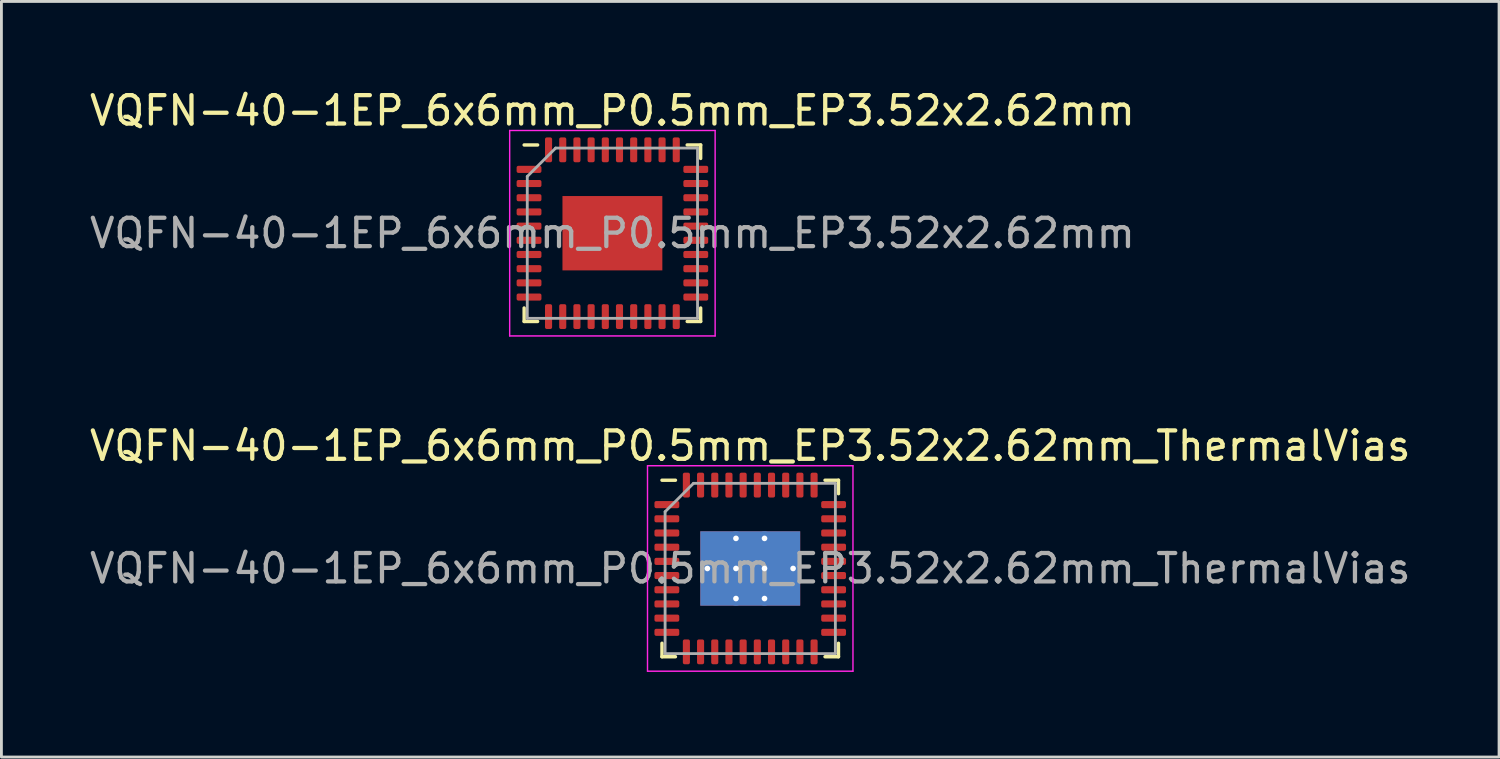
<source format=kicad_pcb>
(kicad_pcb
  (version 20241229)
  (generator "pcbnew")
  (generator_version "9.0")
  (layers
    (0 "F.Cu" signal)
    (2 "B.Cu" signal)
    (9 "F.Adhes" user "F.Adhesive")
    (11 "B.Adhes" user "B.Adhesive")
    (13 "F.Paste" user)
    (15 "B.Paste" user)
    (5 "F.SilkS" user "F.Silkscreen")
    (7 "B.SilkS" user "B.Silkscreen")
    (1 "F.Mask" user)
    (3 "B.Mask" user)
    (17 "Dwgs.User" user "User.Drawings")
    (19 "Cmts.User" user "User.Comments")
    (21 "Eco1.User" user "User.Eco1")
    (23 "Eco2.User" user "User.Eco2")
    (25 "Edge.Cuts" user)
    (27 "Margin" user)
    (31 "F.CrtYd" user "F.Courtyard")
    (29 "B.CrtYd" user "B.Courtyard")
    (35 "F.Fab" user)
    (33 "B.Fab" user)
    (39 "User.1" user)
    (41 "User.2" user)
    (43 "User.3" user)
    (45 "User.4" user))
  (footprint "VQFN-40-1EP_6x6mm_P0.5mm_EP3.52x2.62mm"
    (layer "F.Cu")
    (at 18.53 5.168)
    (property "Reference" "VQFN-40-1EP_6x6mm_P0.5mm_EP3.52x2.62mm" (at 0 -4.32 0) (layer "F.SilkS") (effects (font (size 1 1) (thickness 0.15))))
    (attr smd)
    (fp_line (start -3.11 3.11) (end -3.11 2.635) (stroke (width 0.12) (type solid)) (layer "F.SilkS"))
    (fp_line (start -2.635 -3.11) (end -3.11 -3.11) (stroke (width 0.12) (type solid)) (layer "F.SilkS"))
    (fp_line (start -2.635 3.11) (end -3.11 3.11) (stroke (width 0.12) (type solid)) (layer "F.SilkS"))
    (fp_line (start 2.635 -3.11) (end 3.11 -3.11) (stroke (width 0.12) (type solid)) (layer "F.SilkS"))
    (fp_line (start 2.635 3.11) (end 3.11 3.11) (stroke (width 0.12) (type solid)) (layer "F.SilkS"))
    (fp_line (start 3.11 -3.11) (end 3.11 -2.635) (stroke (width 0.12) (type solid)) (layer "F.SilkS"))
    (fp_line (start 3.11 3.11) (end 3.11 2.635) (stroke (width 0.12) (type solid)) (layer "F.SilkS"))
    (fp_line (start -3.62 -3.62) (end -3.62 3.62) (stroke (width 0.05) (type solid)) (layer "F.CrtYd"))
    (fp_line (start -3.62 3.62) (end 3.62 3.62) (stroke (width 0.05) (type solid)) (layer "F.CrtYd"))
    (fp_line (start 3.62 -3.62) (end -3.62 -3.62) (stroke (width 0.05) (type solid)) (layer "F.CrtYd"))
    (fp_line (start 3.62 3.62) (end 3.62 -3.62) (stroke (width 0.05) (type solid)) (layer "F.CrtYd"))
    (fp_line (start -3 -2) (end -2 -3) (stroke (width 0.1) (type solid)) (layer "F.Fab"))
    (fp_line (start -3 3) (end -3 -2) (stroke (width 0.1) (type solid)) (layer "F.Fab"))
    (fp_line (start -2 -3) (end 3 -3) (stroke (width 0.1) (type solid)) (layer "F.Fab"))
    (fp_line (start 3 -3) (end 3 3) (stroke (width 0.1) (type solid)) (layer "F.Fab"))
    (fp_line (start 3 3) (end -3 3) (stroke (width 0.1) (type solid)) (layer "F.Fab"))
    (fp_text user "${REFERENCE}" (at 0 0 0) (layer "F.Fab") (effects (font (size 1 1) (thickness 0.15))))
    (pad "" smd roundrect (at -1.17 -0.655) (size 0.95 1.06) (layers "F.Paste") (roundrect_rratio 0.25))
    (pad "" smd roundrect (at -1.17 0.655) (size 0.95 1.06) (layers "F.Paste") (roundrect_rratio 0.25))
    (pad "" smd roundrect (at 0 -0.655) (size 0.95 1.06) (layers "F.Paste") (roundrect_rratio 0.25))
    (pad "" smd roundrect (at 0 0.655) (size 0.95 1.06) (layers "F.Paste") (roundrect_rratio 0.25))
    (pad "" smd roundrect (at 1.17 -0.655) (size 0.95 1.06) (layers "F.Paste") (roundrect_rratio 0.25))
    (pad "" smd roundrect (at 1.17 0.655) (size 0.95 1.06) (layers "F.Paste") (roundrect_rratio 0.25))
    (pad "1" smd roundrect (at -2.938 -2.25) (size 0.875 0.25) (layers "F.Cu" "F.Mask" "F.Paste") (roundrect_rratio 0.25))
    (pad "2" smd roundrect (at -2.938 -1.75) (size 0.875 0.25) (layers "F.Cu" "F.Mask" "F.Paste") (roundrect_rratio 0.25))
    (pad "3" smd roundrect (at -2.938 -1.25) (size 0.875 0.25) (layers "F.Cu" "F.Mask" "F.Paste") (roundrect_rratio 0.25))
    (pad "4" smd roundrect (at -2.938 -0.75) (size 0.875 0.25) (layers "F.Cu" "F.Mask" "F.Paste") (roundrect_rratio 0.25))
    (pad "5" smd roundrect (at -2.938 -0.25) (size 0.875 0.25) (layers "F.Cu" "F.Mask" "F.Paste") (roundrect_rratio 0.25))
    (pad "6" smd roundrect (at -2.938 0.25) (size 0.875 0.25) (layers "F.Cu" "F.Mask" "F.Paste") (roundrect_rratio 0.25))
    (pad "7" smd roundrect (at -2.938 0.75) (size 0.875 0.25) (layers "F.Cu" "F.Mask" "F.Paste") (roundrect_rratio 0.25))
    (pad "8" smd roundrect (at -2.938 1.25) (size 0.875 0.25) (layers "F.Cu" "F.Mask" "F.Paste") (roundrect_rratio 0.25))
    (pad "9" smd roundrect (at -2.938 1.75) (size 0.875 0.25) (layers "F.Cu" "F.Mask" "F.Paste") (roundrect_rratio 0.25))
    (pad "10" smd roundrect (at -2.938 2.25) (size 0.875 0.25) (layers "F.Cu" "F.Mask" "F.Paste") (roundrect_rratio 0.25))
    (pad "11" smd roundrect (at -2.25 2.938) (size 0.25 0.875) (layers "F.Cu" "F.Mask" "F.Paste") (roundrect_rratio 0.25))
    (pad "12" smd roundrect (at -1.75 2.938) (size 0.25 0.875) (layers "F.Cu" "F.Mask" "F.Paste") (roundrect_rratio 0.25))
    (pad "13" smd roundrect (at -1.25 2.938) (size 0.25 0.875) (layers "F.Cu" "F.Mask" "F.Paste") (roundrect_rratio 0.25))
    (pad "14" smd roundrect (at -0.75 2.938) (size 0.25 0.875) (layers "F.Cu" "F.Mask" "F.Paste") (roundrect_rratio 0.25))
    (pad "15" smd roundrect (at -0.25 2.938) (size 0.25 0.875) (layers "F.Cu" "F.Mask" "F.Paste") (roundrect_rratio 0.25))
    (pad "16" smd roundrect (at 0.25 2.938) (size 0.25 0.875) (layers "F.Cu" "F.Mask" "F.Paste") (roundrect_rratio 0.25))
    (pad "17" smd roundrect (at 0.75 2.938) (size 0.25 0.875) (layers "F.Cu" "F.Mask" "F.Paste") (roundrect_rratio 0.25))
    (pad "18" smd roundrect (at 1.25 2.938) (size 0.25 0.875) (layers "F.Cu" "F.Mask" "F.Paste") (roundrect_rratio 0.25))
    (pad "19" smd roundrect (at 1.75 2.938) (size 0.25 0.875) (layers "F.Cu" "F.Mask" "F.Paste") (roundrect_rratio 0.25))
    (pad "20" smd roundrect (at 2.25 2.938) (size 0.25 0.875) (layers "F.Cu" "F.Mask" "F.Paste") (roundrect_rratio 0.25))
    (pad "21" smd roundrect (at 2.938 2.25) (size 0.875 0.25) (layers "F.Cu" "F.Mask" "F.Paste") (roundrect_rratio 0.25))
    (pad "22" smd roundrect (at 2.938 1.75) (size 0.875 0.25) (layers "F.Cu" "F.Mask" "F.Paste") (roundrect_rratio 0.25))
    (pad "23" smd roundrect (at 2.938 1.25) (size 0.875 0.25) (layers "F.Cu" "F.Mask" "F.Paste") (roundrect_rratio 0.25))
    (pad "24" smd roundrect (at 2.938 0.75) (size 0.875 0.25) (layers "F.Cu" "F.Mask" "F.Paste") (roundrect_rratio 0.25))
    (pad "25" smd roundrect (at 2.938 0.25) (size 0.875 0.25) (layers "F.Cu" "F.Mask" "F.Paste") (roundrect_rratio 0.25))
    (pad "26" smd roundrect (at 2.938 -0.25) (size 0.875 0.25) (layers "F.Cu" "F.Mask" "F.Paste") (roundrect_rratio 0.25))
    (pad "27" smd roundrect (at 2.938 -0.75) (size 0.875 0.25) (layers "F.Cu" "F.Mask" "F.Paste") (roundrect_rratio 0.25))
    (pad "28" smd roundrect (at 2.938 -1.25) (size 0.875 0.25) (layers "F.Cu" "F.Mask" "F.Paste") (roundrect_rratio 0.25))
    (pad "29" smd roundrect (at 2.938 -1.75) (size 0.875 0.25) (layers "F.Cu" "F.Mask" "F.Paste") (roundrect_rratio 0.25))
    (pad "30" smd roundrect (at 2.938 -2.25) (size 0.875 0.25) (layers "F.Cu" "F.Mask" "F.Paste") (roundrect_rratio 0.25))
    (pad "31" smd roundrect (at 2.25 -2.938) (size 0.25 0.875) (layers "F.Cu" "F.Mask" "F.Paste") (roundrect_rratio 0.25))
    (pad "32" smd roundrect (at 1.75 -2.938) (size 0.25 0.875) (layers "F.Cu" "F.Mask" "F.Paste") (roundrect_rratio 0.25))
    (pad "33" smd roundrect (at 1.25 -2.938) (size 0.25 0.875) (layers "F.Cu" "F.Mask" "F.Paste") (roundrect_rratio 0.25))
    (pad "34" smd roundrect (at 0.75 -2.938) (size 0.25 0.875) (layers "F.Cu" "F.Mask" "F.Paste") (roundrect_rratio 0.25))
    (pad "35" smd roundrect (at 0.25 -2.938) (size 0.25 0.875) (layers "F.Cu" "F.Mask" "F.Paste") (roundrect_rratio 0.25))
    (pad "36" smd roundrect (at -0.25 -2.938) (size 0.25 0.875) (layers "F.Cu" "F.Mask" "F.Paste") (roundrect_rratio 0.25))
    (pad "37" smd roundrect (at -0.75 -2.938) (size 0.25 0.875) (layers "F.Cu" "F.Mask" "F.Paste") (roundrect_rratio 0.25))
    (pad "38" smd roundrect (at -1.25 -2.938) (size 0.25 0.875) (layers "F.Cu" "F.Mask" "F.Paste") (roundrect_rratio 0.25))
    (pad "39" smd roundrect (at -1.75 -2.938) (size 0.25 0.875) (layers "F.Cu" "F.Mask" "F.Paste") (roundrect_rratio 0.25))
    (pad "40" smd roundrect (at -2.25 -2.938) (size 0.25 0.875) (layers "F.Cu" "F.Mask" "F.Paste") (roundrect_rratio 0.25))
    (pad "41" smd rect (at 0 0) (size 3.52 2.62) (layers "F.Cu" "F.Mask")))
  (footprint "VQFN-40-1EP_6x6mm_P0.5mm_EP3.52x2.62mm_ThermalVias"
    (layer "F.Cu")
    (at 23.387 16.982)
    (property "Reference" "VQFN-40-1EP_6x6mm_P0.5mm_EP3.52x2.62mm_ThermalVias" (at 0 -4.32 0) (layer "F.SilkS") (effects (font (size 1 1) (thickness 0.15))))
    (attr smd)
    (fp_line (start -3.11 3.11) (end -3.11 2.635) (stroke (width 0.12) (type solid)) (layer "F.SilkS"))
    (fp_line (start -2.635 -3.11) (end -3.11 -3.11) (stroke (width 0.12) (type solid)) (layer "F.SilkS"))
    (fp_line (start -2.635 3.11) (end -3.11 3.11) (stroke (width 0.12) (type solid)) (layer "F.SilkS"))
    (fp_line (start 2.635 -3.11) (end 3.11 -3.11) (stroke (width 0.12) (type solid)) (layer "F.SilkS"))
    (fp_line (start 2.635 3.11) (end 3.11 3.11) (stroke (width 0.12) (type solid)) (layer "F.SilkS"))
    (fp_line (start 3.11 -3.11) (end 3.11 -2.635) (stroke (width 0.12) (type solid)) (layer "F.SilkS"))
    (fp_line (start 3.11 3.11) (end 3.11 2.635) (stroke (width 0.12) (type solid)) (layer "F.SilkS"))
    (fp_line (start -3.62 -3.62) (end -3.62 3.62) (stroke (width 0.05) (type solid)) (layer "F.CrtYd"))
    (fp_line (start -3.62 3.62) (end 3.62 3.62) (stroke (width 0.05) (type solid)) (layer "F.CrtYd"))
    (fp_line (start 3.62 -3.62) (end -3.62 -3.62) (stroke (width 0.05) (type solid)) (layer "F.CrtYd"))
    (fp_line (start 3.62 3.62) (end 3.62 -3.62) (stroke (width 0.05) (type solid)) (layer "F.CrtYd"))
    (fp_line (start -3 -2) (end -2 -3) (stroke (width 0.1) (type solid)) (layer "F.Fab"))
    (fp_line (start -3 3) (end -3 -2) (stroke (width 0.1) (type solid)) (layer "F.Fab"))
    (fp_line (start -2 -3) (end 3 -3) (stroke (width 0.1) (type solid)) (layer "F.Fab"))
    (fp_line (start 3 -3) (end 3 3) (stroke (width 0.1) (type solid)) (layer "F.Fab"))
    (fp_line (start 3 3) (end -3 3) (stroke (width 0.1) (type solid)) (layer "F.Fab"))
    (fp_text user "${REFERENCE}" (at 0 0 0) (layer "F.Fab") (effects (font (size 1 1) (thickness 0.15))))
    (pad "" smd roundrect (at -1.17 -0.655) (size 0.95 1.06) (layers "F.Paste") (roundrect_rratio 0.25))
    (pad "" smd roundrect (at -1.17 0.655) (size 0.95 1.06) (layers "F.Paste") (roundrect_rratio 0.25))
    (pad "" smd roundrect (at 0 -0.655) (size 0.95 1.06) (layers "F.Paste") (roundrect_rratio 0.25))
    (pad "" smd roundrect (at 0 0.655) (size 0.95 1.06) (layers "F.Paste") (roundrect_rratio 0.25))
    (pad "" smd roundrect (at 1.17 -0.655) (size 0.95 1.06) (layers "F.Paste") (roundrect_rratio 0.25))
    (pad "" smd roundrect (at 1.17 0.655) (size 0.95 1.06) (layers "F.Paste") (roundrect_rratio 0.25))
    (pad "1" smd roundrect (at -2.938 -2.25) (size 0.875 0.25) (layers "F.Cu" "F.Mask" "F.Paste") (roundrect_rratio 0.25))
    (pad "2" smd roundrect (at -2.938 -1.75) (size 0.875 0.25) (layers "F.Cu" "F.Mask" "F.Paste") (roundrect_rratio 0.25))
    (pad "3" smd roundrect (at -2.938 -1.25) (size 0.875 0.25) (layers "F.Cu" "F.Mask" "F.Paste") (roundrect_rratio 0.25))
    (pad "4" smd roundrect (at -2.938 -0.75) (size 0.875 0.25) (layers "F.Cu" "F.Mask" "F.Paste") (roundrect_rratio 0.25))
    (pad "5" smd roundrect (at -2.938 -0.25) (size 0.875 0.25) (layers "F.Cu" "F.Mask" "F.Paste") (roundrect_rratio 0.25))
    (pad "6" smd roundrect (at -2.938 0.25) (size 0.875 0.25) (layers "F.Cu" "F.Mask" "F.Paste") (roundrect_rratio 0.25))
    (pad "7" smd roundrect (at -2.938 0.75) (size 0.875 0.25) (layers "F.Cu" "F.Mask" "F.Paste") (roundrect_rratio 0.25))
    (pad "8" smd roundrect (at -2.938 1.25) (size 0.875 0.25) (layers "F.Cu" "F.Mask" "F.Paste") (roundrect_rratio 0.25))
    (pad "9" smd roundrect (at -2.938 1.75) (size 0.875 0.25) (layers "F.Cu" "F.Mask" "F.Paste") (roundrect_rratio 0.25))
    (pad "10" smd roundrect (at -2.938 2.25) (size 0.875 0.25) (layers "F.Cu" "F.Mask" "F.Paste") (roundrect_rratio 0.25))
    (pad "11" smd roundrect (at -2.25 2.938) (size 0.25 0.875) (layers "F.Cu" "F.Mask" "F.Paste") (roundrect_rratio 0.25))
    (pad "12" smd roundrect (at -1.75 2.938) (size 0.25 0.875) (layers "F.Cu" "F.Mask" "F.Paste") (roundrect_rratio 0.25))
    (pad "13" smd roundrect (at -1.25 2.938) (size 0.25 0.875) (layers "F.Cu" "F.Mask" "F.Paste") (roundrect_rratio 0.25))
    (pad "14" smd roundrect (at -0.75 2.938) (size 0.25 0.875) (layers "F.Cu" "F.Mask" "F.Paste") (roundrect_rratio 0.25))
    (pad "15" smd roundrect (at -0.25 2.938) (size 0.25 0.875) (layers "F.Cu" "F.Mask" "F.Paste") (roundrect_rratio 0.25))
    (pad "16" smd roundrect (at 0.25 2.938) (size 0.25 0.875) (layers "F.Cu" "F.Mask" "F.Paste") (roundrect_rratio 0.25))
    (pad "17" smd roundrect (at 0.75 2.938) (size 0.25 0.875) (layers "F.Cu" "F.Mask" "F.Paste") (roundrect_rratio 0.25))
    (pad "18" smd roundrect (at 1.25 2.938) (size 0.25 0.875) (layers "F.Cu" "F.Mask" "F.Paste") (roundrect_rratio 0.25))
    (pad "19" smd roundrect (at 1.75 2.938) (size 0.25 0.875) (layers "F.Cu" "F.Mask" "F.Paste") (roundrect_rratio 0.25))
    (pad "20" smd roundrect (at 2.25 2.938) (size 0.25 0.875) (layers "F.Cu" "F.Mask" "F.Paste") (roundrect_rratio 0.25))
    (pad "21" smd roundrect (at 2.938 2.25) (size 0.875 0.25) (layers "F.Cu" "F.Mask" "F.Paste") (roundrect_rratio 0.25))
    (pad "22" smd roundrect (at 2.938 1.75) (size 0.875 0.25) (layers "F.Cu" "F.Mask" "F.Paste") (roundrect_rratio 0.25))
    (pad "23" smd roundrect (at 2.938 1.25) (size 0.875 0.25) (layers "F.Cu" "F.Mask" "F.Paste") (roundrect_rratio 0.25))
    (pad "24" smd roundrect (at 2.938 0.75) (size 0.875 0.25) (layers "F.Cu" "F.Mask" "F.Paste") (roundrect_rratio 0.25))
    (pad "25" smd roundrect (at 2.938 0.25) (size 0.875 0.25) (layers "F.Cu" "F.Mask" "F.Paste") (roundrect_rratio 0.25))
    (pad "26" smd roundrect (at 2.938 -0.25) (size 0.875 0.25) (layers "F.Cu" "F.Mask" "F.Paste") (roundrect_rratio 0.25))
    (pad "27" smd roundrect (at 2.938 -0.75) (size 0.875 0.25) (layers "F.Cu" "F.Mask" "F.Paste") (roundrect_rratio 0.25))
    (pad "28" smd roundrect (at 2.938 -1.25) (size 0.875 0.25) (layers "F.Cu" "F.Mask" "F.Paste") (roundrect_rratio 0.25))
    (pad "29" smd roundrect (at 2.938 -1.75) (size 0.875 0.25) (layers "F.Cu" "F.Mask" "F.Paste") (roundrect_rratio 0.25))
    (pad "30" smd roundrect (at 2.938 -2.25) (size 0.875 0.25) (layers "F.Cu" "F.Mask" "F.Paste") (roundrect_rratio 0.25))
    (pad "31" smd roundrect (at 2.25 -2.938) (size 0.25 0.875) (layers "F.Cu" "F.Mask" "F.Paste") (roundrect_rratio 0.25))
    (pad "32" smd roundrect (at 1.75 -2.938) (size 0.25 0.875) (layers "F.Cu" "F.Mask" "F.Paste") (roundrect_rratio 0.25))
    (pad "33" smd roundrect (at 1.25 -2.938) (size 0.25 0.875) (layers "F.Cu" "F.Mask" "F.Paste") (roundrect_rratio 0.25))
    (pad "34" smd roundrect (at 0.75 -2.938) (size 0.25 0.875) (layers "F.Cu" "F.Mask" "F.Paste") (roundrect_rratio 0.25))
    (pad "35" smd roundrect (at 0.25 -2.938) (size 0.25 0.875) (layers "F.Cu" "F.Mask" "F.Paste") (roundrect_rratio 0.25))
    (pad "36" smd roundrect (at -0.25 -2.938) (size 0.25 0.875) (layers "F.Cu" "F.Mask" "F.Paste") (roundrect_rratio 0.25))
    (pad "37" smd roundrect (at -0.75 -2.938) (size 0.25 0.875) (layers "F.Cu" "F.Mask" "F.Paste") (roundrect_rratio 0.25))
    (pad "38" smd roundrect (at -1.25 -2.938) (size 0.25 0.875) (layers "F.Cu" "F.Mask" "F.Paste") (roundrect_rratio 0.25))
    (pad "39" smd roundrect (at -1.75 -2.938) (size 0.25 0.875) (layers "F.Cu" "F.Mask" "F.Paste") (roundrect_rratio 0.25))
    (pad "40" smd roundrect (at -2.25 -2.938) (size 0.25 0.875) (layers "F.Cu" "F.Mask" "F.Paste") (roundrect_rratio 0.25))
    (pad "41" thru_hole circle (at -1.51 0) (size 0.5 0.5) (drill 0.2) (layers "*.Cu"))
    (pad "41" thru_hole circle (at -0.503 -1.06) (size 0.5 0.5) (drill 0.2) (layers "*.Cu"))
    (pad "41" thru_hole circle (at -0.503 0) (size 0.5 0.5) (drill 0.2) (layers "*.Cu"))
    (pad "41" thru_hole circle (at -0.503 1.06) (size 0.5 0.5) (drill 0.2) (layers "*.Cu"))
    (pad "41" smd rect (at 0 0) (size 3.52 2.62) (layers "F.Cu" "F.Mask"))
    (pad "41" smd rect (at 0 0) (size 3.52 2.62) (layers "B.Cu"))
    (pad "41" thru_hole circle (at 0.503 -1.06) (size 0.5 0.5) (drill 0.2) (layers "*.Cu"))
    (pad "41" thru_hole circle (at 0.503 0) (size 0.5 0.5) (drill 0.2) (layers "*.Cu"))
    (pad "41" thru_hole circle (at 0.503 1.06) (size 0.5 0.5) (drill 0.2) (layers "*.Cu"))
    (pad "41" thru_hole circle (at 1.51 0) (size 0.5 0.5) (drill 0.2) (layers "*.Cu")))
  (gr_rect
    (start -3 -3)
    (end 49.774 23.627)
    (stroke (width 0.1) (type default))
    (fill no)
    (layer "Edge.Cuts")))
</source>
